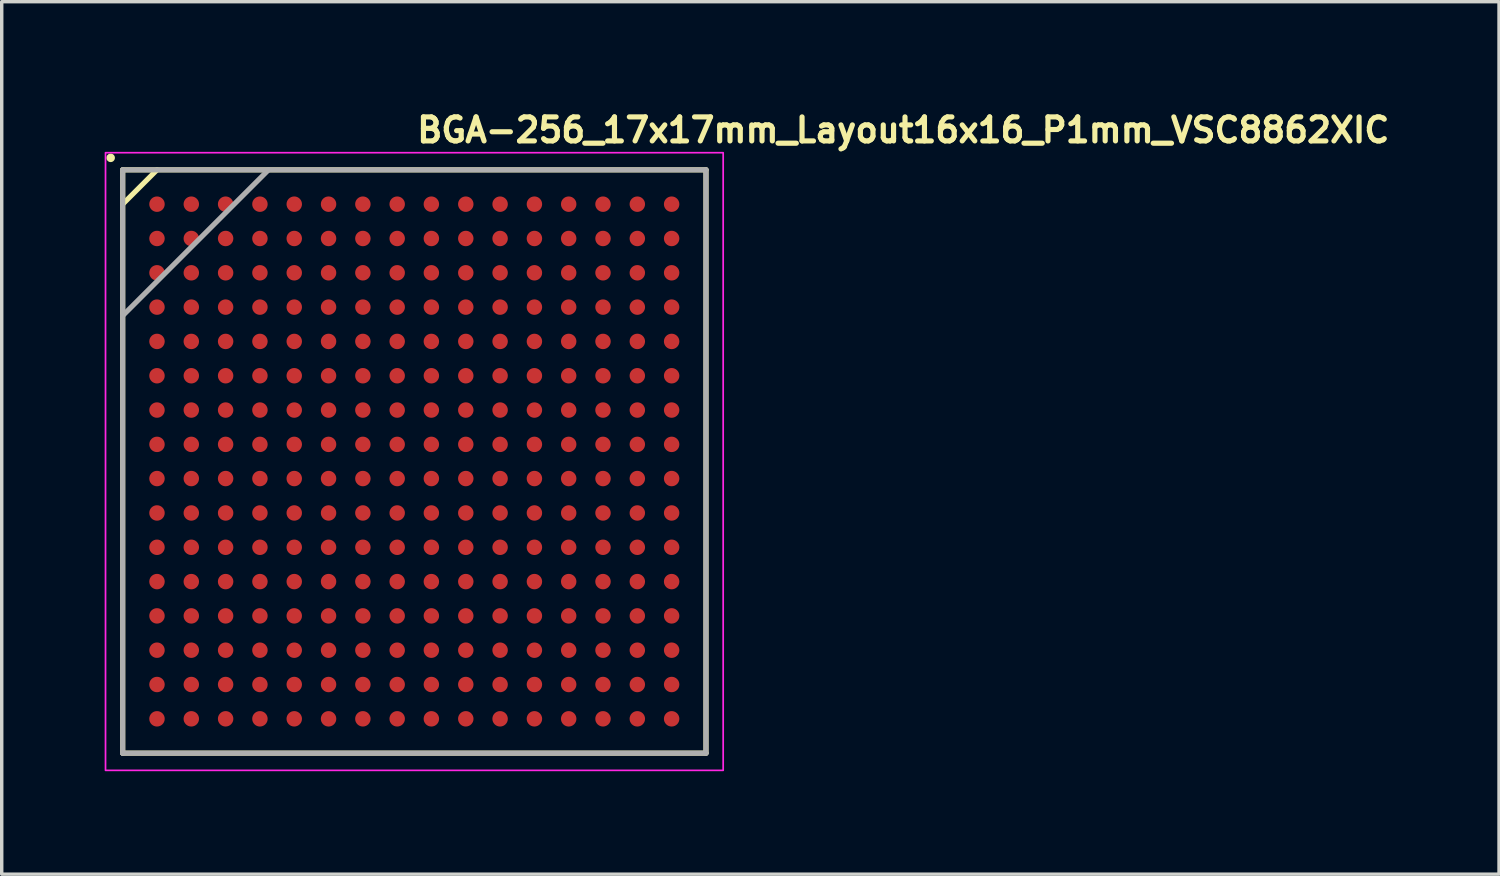
<source format=kicad_pcb>
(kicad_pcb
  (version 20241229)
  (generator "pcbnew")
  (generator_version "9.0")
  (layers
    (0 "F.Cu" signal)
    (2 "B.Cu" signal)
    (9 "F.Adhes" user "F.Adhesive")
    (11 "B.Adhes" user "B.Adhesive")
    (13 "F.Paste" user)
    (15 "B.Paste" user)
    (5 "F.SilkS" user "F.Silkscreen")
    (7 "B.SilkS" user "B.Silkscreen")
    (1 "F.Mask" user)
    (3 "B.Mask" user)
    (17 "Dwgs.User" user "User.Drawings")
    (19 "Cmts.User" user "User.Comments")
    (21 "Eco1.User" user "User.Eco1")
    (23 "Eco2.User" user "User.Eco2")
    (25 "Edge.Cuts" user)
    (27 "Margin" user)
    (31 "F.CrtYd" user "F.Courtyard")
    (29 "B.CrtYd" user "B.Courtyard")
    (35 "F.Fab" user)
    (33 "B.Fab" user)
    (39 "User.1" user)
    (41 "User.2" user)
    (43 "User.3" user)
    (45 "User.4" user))
  (footprint "BGA-256_17x17mm_Layout16x16_P1mm_VSC8862XIC"
    (layer "F.Cu")
    (at 9.025 10.4)
    (property "Reference" "BGA-256_17x17mm_Layout16x16_P1mm_VSC8862XIC" (at 0 -9.25 0) (layer "F.SilkS") (effects (font (size 0.7 0.7) (thickness 0.15)) (justify left bottom)))
    (attr smd)
    (fp_line (start -8.5 -8.5) (end 8.499 -8.5) (stroke (width 0.15) (type solid)) (layer "F.SilkS"))
    (fp_line (start -8.5 -7.5) (end -7.5 -8.5) (stroke (width 0.15) (type solid)) (layer "F.SilkS"))
    (fp_line (start -8.5 8.499) (end -8.5 -8.5) (stroke (width 0.15) (type solid)) (layer "F.SilkS"))
    (fp_line (start 8.499 -8.5) (end 8.499 8.499) (stroke (width 0.15) (type solid)) (layer "F.SilkS"))
    (fp_line (start 8.499 8.499) (end -8.5 8.499) (stroke (width 0.15) (type solid)) (layer "F.SilkS"))
    (fp_circle (center -8.85 -8.85) (end -8.801 -8.85) (stroke (width 0.15) (type solid)) (fill yes) (layer "F.SilkS"))
    (fp_rect (start -9 -9) (end 9 9) (stroke (width 0.05) (type solid)) (fill no) (layer "F.CrtYd"))
    (fp_line (start -8.5 -8.5) (end 8.499 -8.5) (stroke (width 0.15) (type solid)) (layer "F.Fab"))
    (fp_line (start -8.5 -4.25) (end -4.25 -8.5) (stroke (width 0.15) (type solid)) (layer "F.Fab"))
    (fp_line (start -8.5 8.499) (end -8.5 -8.5) (stroke (width 0.15) (type solid)) (layer "F.Fab"))
    (fp_line (start 8.499 -8.5) (end 8.499 8.499) (stroke (width 0.15) (type solid)) (layer "F.Fab"))
    (fp_line (start 8.499 8.499) (end -8.5 8.499) (stroke (width 0.15) (type solid)) (layer "F.Fab"))
    (fp_rect (start -8.5 -8.5) (end 8.499 8.499) (stroke (width 0.1) (type solid)) (fill no) (layer "User.5"))
    (fp_rect (start -8.5 -8.5) (end 8.499 8.499) (stroke (width 0.1) (type solid)) (fill no) (layer "User.5"))
    (fp_line (start -8.5 -8.5) (end 8.499 -8.5) (stroke (width 0.02) (type solid)) (layer "User.9"))
    (fp_line (start -8.5 8.499) (end -8.5 -8.5) (stroke (width 0.02) (type solid)) (layer "User.9"))
    (fp_line (start -8.5 8.499) (end 8.499 8.499) (stroke (width 0.02) (type solid)) (layer "User.9"))
    (fp_line (start -7.438 -6.43) (end -7.438 -6.375) (stroke (width 0.02) (type solid)) (layer "User.9"))
    (fp_line (start -7.438 -6.375) (end -7.438 -6.375) (stroke (width 0.02) (type solid)) (layer "User.9"))
    (fp_line (start -7.438 -6.375) (end -7.438 -6.321) (stroke (width 0.02) (type solid)) (layer "User.9"))
    (fp_line (start -7.438 -6.321) (end -7.433 -6.268) (stroke (width 0.02) (type solid)) (layer "User.9"))
    (fp_line (start -7.433 -6.484) (end -7.438 -6.43) (stroke (width 0.02) (type solid)) (layer "User.9"))
    (fp_line (start -7.433 -6.268) (end -7.428 -6.215) (stroke (width 0.02) (type solid)) (layer "User.9"))
    (fp_line (start -7.428 -6.537) (end -7.433 -6.484) (stroke (width 0.02) (type solid)) (layer "User.9"))
    (fp_line (start -7.428 -6.215) (end -7.417 -6.162) (stroke (width 0.02) (type solid)) (layer "User.9"))
    (fp_line (start -7.417 -6.59) (end -7.428 -6.537) (stroke (width 0.02) (type solid)) (layer "User.9"))
    (fp_line (start -7.417 -6.162) (end -7.407 -6.111) (stroke (width 0.02) (type solid)) (layer "User.9"))
    (fp_line (start -7.407 -6.641) (end -7.417 -6.59) (stroke (width 0.02) (type solid)) (layer "User.9"))
    (fp_line (start -7.407 -6.111) (end -7.391 -6.061) (stroke (width 0.02) (type solid)) (layer "User.9"))
    (fp_line (start -7.391 -6.691) (end -7.407 -6.641) (stroke (width 0.02) (type solid)) (layer "User.9"))
    (fp_line (start -7.391 -6.061) (end -7.375 -6.01) (stroke (width 0.02) (type solid)) (layer "User.9"))
    (fp_line (start -7.375 -6.742) (end -7.391 -6.691) (stroke (width 0.02) (type solid)) (layer "User.9"))
    (fp_line (start -7.375 -6.01) (end -7.356 -5.962) (stroke (width 0.02) (type solid)) (layer "User.9"))
    (fp_line (start -7.356 -6.789) (end -7.375 -6.742) (stroke (width 0.02) (type solid)) (layer "User.9"))
    (fp_line (start -7.356 -5.962) (end -7.335 -5.915) (stroke (width 0.02) (type solid)) (layer "User.9"))
    (fp_line (start -7.335 -6.837) (end -7.356 -6.789) (stroke (width 0.02) (type solid)) (layer "User.9"))
    (fp_line (start -7.335 -5.915) (end -7.311 -5.869) (stroke (width 0.02) (type solid)) (layer "User.9"))
    (fp_line (start -7.311 -6.883) (end -7.335 -6.837) (stroke (width 0.02) (type solid)) (layer "User.9"))
    (fp_line (start -7.311 -5.869) (end -7.284 -5.827) (stroke (width 0.02) (type solid)) (layer "User.9"))
    (fp_line (start -7.284 -6.928) (end -7.311 -6.883) (stroke (width 0.02) (type solid)) (layer "User.9"))
    (fp_line (start -7.284 -5.827) (end -7.258 -5.781) (stroke (width 0.02) (type solid)) (layer "User.9"))
    (fp_line (start -7.258 -6.97) (end -7.284 -6.928) (stroke (width 0.02) (type solid)) (layer "User.9"))
    (fp_line (start -7.258 -5.781) (end -7.228 -5.742) (stroke (width 0.02) (type solid)) (layer "User.9"))
    (fp_line (start -7.228 -7.011) (end -7.258 -6.97) (stroke (width 0.02) (type solid)) (layer "User.9"))
    (fp_line (start -7.228 -5.742) (end -7.196 -5.702) (stroke (width 0.02) (type solid)) (layer "User.9"))
    (fp_line (start -7.196 -7.053) (end -7.228 -7.011) (stroke (width 0.02) (type solid)) (layer "User.9"))
    (fp_line (start -7.196 -5.702) (end -7.162 -5.662) (stroke (width 0.02) (type solid)) (layer "User.9"))
    (fp_line (start -7.162 -7.09) (end -7.196 -7.053) (stroke (width 0.02) (type solid)) (layer "User.9"))
    (fp_line (start -7.162 -5.662) (end -7.127 -5.625) (stroke (width 0.02) (type solid)) (layer "User.9"))
    (fp_line (start -7.127 -7.127) (end -7.162 -7.09) (stroke (width 0.02) (type solid)) (layer "User.9"))
    (fp_line (start -7.127 -5.625) (end -7.09 -5.59) (stroke (width 0.02) (type solid)) (layer "User.9"))
    (fp_line (start -7.09 -7.162) (end -7.127 -7.127) (stroke (width 0.02) (type solid)) (layer "User.9"))
    (fp_line (start -7.09 -5.59) (end -7.053 -5.556) (stroke (width 0.02) (type solid)) (layer "User.9"))
    (fp_line (start -7.053 -7.196) (end -7.09 -7.162) (stroke (width 0.02) (type solid)) (layer "User.9"))
    (fp_line (start -7.053 -5.556) (end -7.011 -5.524) (stroke (width 0.02) (type solid)) (layer "User.9"))
    (fp_line (start -7.011 -7.228) (end -7.053 -7.196) (stroke (width 0.02) (type solid)) (layer "User.9"))
    (fp_line (start -7.011 -5.524) (end -6.97 -5.494) (stroke (width 0.02) (type solid)) (layer "User.9"))
    (fp_line (start -6.97 -7.258) (end -7.011 -7.228) (stroke (width 0.02) (type solid)) (layer "User.9"))
    (fp_line (start -6.97 -5.494) (end -6.928 -5.468) (stroke (width 0.02) (type solid)) (layer "User.9"))
    (fp_line (start -6.928 -7.284) (end -6.97 -7.258) (stroke (width 0.02) (type solid)) (layer "User.9"))
    (fp_line (start -6.928 -5.468) (end -6.883 -5.441) (stroke (width 0.02) (type solid)) (layer "User.9"))
    (fp_line (start -6.883 -7.311) (end -6.928 -7.284) (stroke (width 0.02) (type solid)) (layer "User.9"))
    (fp_line (start -6.883 -5.441) (end -6.837 -5.42) (stroke (width 0.02) (type solid)) (layer "User.9"))
    (fp_line (start -6.837 -7.335) (end -6.883 -7.311) (stroke (width 0.02) (type solid)) (layer "User.9"))
    (fp_line (start -6.837 -5.42) (end -6.789 -5.396) (stroke (width 0.02) (type solid)) (layer "User.9"))
    (fp_line (start -6.789 -7.356) (end -6.837 -7.335) (stroke (width 0.02) (type solid)) (layer "User.9"))
    (fp_line (start -6.789 -5.396) (end -6.742 -5.377) (stroke (width 0.02) (type solid)) (layer "User.9"))
    (fp_line (start -6.742 -7.375) (end -6.789 -7.356) (stroke (width 0.02) (type solid)) (layer "User.9"))
    (fp_line (start -6.742 -5.377) (end -6.691 -5.361) (stroke (width 0.02) (type solid)) (layer "User.9"))
    (fp_line (start -6.691 -7.391) (end -6.742 -7.375) (stroke (width 0.02) (type solid)) (layer "User.9"))
    (fp_line (start -6.691 -5.361) (end -6.641 -5.346) (stroke (width 0.02) (type solid)) (layer "User.9"))
    (fp_line (start -6.641 -7.407) (end -6.691 -7.391) (stroke (width 0.02) (type solid)) (layer "User.9"))
    (fp_line (start -6.641 -5.346) (end -6.59 -5.335) (stroke (width 0.02) (type solid)) (layer "User.9"))
    (fp_line (start -6.59 -7.417) (end -6.641 -7.407) (stroke (width 0.02) (type solid)) (layer "User.9"))
    (fp_line (start -6.59 -5.335) (end -6.537 -5.327) (stroke (width 0.02) (type solid)) (layer "User.9"))
    (fp_line (start -6.537 -7.428) (end -6.59 -7.417) (stroke (width 0.02) (type solid)) (layer "User.9"))
    (fp_line (start -6.537 -5.327) (end -6.484 -5.319) (stroke (width 0.02) (type solid)) (layer "User.9"))
    (fp_line (start -6.484 -7.433) (end -6.537 -7.428) (stroke (width 0.02) (type solid)) (layer "User.9"))
    (fp_line (start -6.484 -5.319) (end -6.43 -5.314) (stroke (width 0.02) (type solid)) (layer "User.9"))
    (fp_line (start -6.43 -7.438) (end -6.484 -7.433) (stroke (width 0.02) (type solid)) (layer "User.9"))
    (fp_line (start -6.43 -5.314) (end -6.375 -5.313) (stroke (width 0.02) (type solid)) (layer "User.9"))
    (fp_line (start -6.375 -7.438) (end -6.43 -7.438) (stroke (width 0.02) (type solid)) (layer "User.9"))
    (fp_line (start -6.375 -7.438) (end -6.375 -7.438) (stroke (width 0.02) (type solid)) (layer "User.9"))
    (fp_line (start -6.375 -5.313) (end -6.375 -5.313) (stroke (width 0.02) (type solid)) (layer "User.9"))
    (fp_line (start -6.375 -5.313) (end -6.321 -5.314) (stroke (width 0.02) (type solid)) (layer "User.9"))
    (fp_line (start -6.321 -7.438) (end -6.375 -7.438) (stroke (width 0.02) (type solid)) (layer "User.9"))
    (fp_line (start -6.321 -5.314) (end -6.268 -5.319) (stroke (width 0.02) (type solid)) (layer "User.9"))
    (fp_line (start -6.268 -7.433) (end -6.321 -7.438) (stroke (width 0.02) (type solid)) (layer "User.9"))
    (fp_line (start -6.268 -5.319) (end -6.215 -5.327) (stroke (width 0.02) (type solid)) (layer "User.9"))
    (fp_line (start -6.215 -7.428) (end -6.268 -7.433) (stroke (width 0.02) (type solid)) (layer "User.9"))
    (fp_line (start -6.215 -5.327) (end -6.162 -5.335) (stroke (width 0.02) (type solid)) (layer "User.9"))
    (fp_line (start -6.162 -7.417) (end -6.215 -7.428) (stroke (width 0.02) (type solid)) (layer "User.9"))
    (fp_line (start -6.162 -5.335) (end -6.111 -5.346) (stroke (width 0.02) (type solid)) (layer "User.9"))
    (fp_line (start -6.111 -7.407) (end -6.162 -7.417) (stroke (width 0.02) (type solid)) (layer "User.9"))
    (fp_line (start -6.111 -5.346) (end -6.061 -5.361) (stroke (width 0.02) (type solid)) (layer "User.9"))
    (fp_line (start -6.061 -7.391) (end -6.111 -7.407) (stroke (width 0.02) (type solid)) (layer "User.9"))
    (fp_line (start -6.061 -5.361) (end -6.01 -5.377) (stroke (width 0.02) (type solid)) (layer "User.9"))
    (fp_line (start -6.01 -7.375) (end -6.061 -7.391) (stroke (width 0.02) (type solid)) (layer "User.9"))
    (fp_line (start -6.01 -5.377) (end -5.962 -5.396) (stroke (width 0.02) (type solid)) (layer "User.9"))
    (fp_line (start -5.962 -7.356) (end -6.01 -7.375) (stroke (width 0.02) (type solid)) (layer "User.9"))
    (fp_line (start -5.962 -5.396) (end -5.915 -5.42) (stroke (width 0.02) (type solid)) (layer "User.9"))
    (fp_line (start -5.915 -7.335) (end -5.962 -7.356) (stroke (width 0.02) (type solid)) (layer "User.9"))
    (fp_line (start -5.915 -5.42) (end -5.869 -5.441) (stroke (width 0.02) (type solid)) (layer "User.9"))
    (fp_line (start -5.869 -7.311) (end -5.915 -7.335) (stroke (width 0.02) (type solid)) (layer "User.9"))
    (fp_line (start -5.869 -5.441) (end -5.827 -5.468) (stroke (width 0.02) (type solid)) (layer "User.9"))
    (fp_line (start -5.827 -7.284) (end -5.869 -7.311) (stroke (width 0.02) (type solid)) (layer "User.9"))
    (fp_line (start -5.827 -5.468) (end -5.781 -5.494) (stroke (width 0.02) (type solid)) (layer "User.9"))
    (fp_line (start -5.781 -7.258) (end -5.827 -7.284) (stroke (width 0.02) (type solid)) (layer "User.9"))
    (fp_line (start -5.781 -5.494) (end -5.742 -5.524) (stroke (width 0.02) (type solid)) (layer "User.9"))
    (fp_line (start -5.742 -7.228) (end -5.781 -7.258) (stroke (width 0.02) (type solid)) (layer "User.9"))
    (fp_line (start -5.742 -5.524) (end -5.702 -5.556) (stroke (width 0.02) (type solid)) (layer "User.9"))
    (fp_line (start -5.702 -7.196) (end -5.742 -7.228) (stroke (width 0.02) (type solid)) (layer "User.9"))
    (fp_line (start -5.702 -5.556) (end -5.662 -5.59) (stroke (width 0.02) (type solid)) (layer "User.9"))
    (fp_line (start -5.662 -7.162) (end -5.702 -7.196) (stroke (width 0.02) (type solid)) (layer "User.9"))
    (fp_line (start -5.662 -5.59) (end -5.625 -5.625) (stroke (width 0.02) (type solid)) (layer "User.9"))
    (fp_line (start -5.625 -7.127) (end -5.662 -7.162) (stroke (width 0.02) (type solid)) (layer "User.9"))
    (fp_line (start -5.625 -5.625) (end -5.59 -5.662) (stroke (width 0.02) (type solid)) (layer "User.9"))
    (fp_line (start -5.59 -7.09) (end -5.625 -7.127) (stroke (width 0.02) (type solid)) (layer "User.9"))
    (fp_line (start -5.59 -5.662) (end -5.556 -5.702) (stroke (width 0.02) (type solid)) (layer "User.9"))
    (fp_line (start -5.556 -7.053) (end -5.59 -7.09) (stroke (width 0.02) (type solid)) (layer "User.9"))
    (fp_line (start -5.556 -5.702) (end -5.524 -5.742) (stroke (width 0.02) (type solid)) (layer "User.9"))
    (fp_line (start -5.524 -7.011) (end -5.556 -7.053) (stroke (width 0.02) (type solid)) (layer "User.9"))
    (fp_line (start -5.524 -5.742) (end -5.494 -5.781) (stroke (width 0.02) (type solid)) (layer "User.9"))
    (fp_line (start -5.494 -6.97) (end -5.524 -7.011) (stroke (width 0.02) (type solid)) (layer "User.9"))
    (fp_line (start -5.494 -5.781) (end -5.468 -5.827) (stroke (width 0.02) (type solid)) (layer "User.9"))
    (fp_line (start -5.468 -6.928) (end -5.494 -6.97) (stroke (width 0.02) (type solid)) (layer "User.9"))
    (fp_line (start -5.468 -5.827) (end -5.441 -5.869) (stroke (width 0.02) (type solid)) (layer "User.9"))
    (fp_line (start -5.441 -6.883) (end -5.468 -6.928) (stroke (width 0.02) (type solid)) (layer "User.9"))
    (fp_line (start -5.441 -5.869) (end -5.42 -5.915) (stroke (width 0.02) (type solid)) (layer "User.9"))
    (fp_line (start -5.42 -6.837) (end -5.441 -6.883) (stroke (width 0.02) (type solid)) (layer "User.9"))
    (fp_line (start -5.42 -5.915) (end -5.396 -5.962) (stroke (width 0.02) (type solid)) (layer "User.9"))
    (fp_line (start -5.396 -6.789) (end -5.42 -6.837) (stroke (width 0.02) (type solid)) (layer "User.9"))
    (fp_line (start -5.396 -5.962) (end -5.377 -6.01) (stroke (width 0.02) (type solid)) (layer "User.9"))
    (fp_line (start -5.377 -6.742) (end -5.396 -6.789) (stroke (width 0.02) (type solid)) (layer "User.9"))
    (fp_line (start -5.377 -6.01) (end -5.361 -6.061) (stroke (width 0.02) (type solid)) (layer "User.9"))
    (fp_line (start -5.361 -6.691) (end -5.377 -6.742) (stroke (width 0.02) (type solid)) (layer "User.9"))
    (fp_line (start -5.361 -6.061) (end -5.346 -6.111) (stroke (width 0.02) (type solid)) (layer "User.9"))
    (fp_line (start -5.346 -6.641) (end -5.361 -6.691) (stroke (width 0.02) (type solid)) (layer "User.9"))
    (fp_line (start -5.346 -6.111) (end -5.335 -6.162) (stroke (width 0.02) (type solid)) (layer "User.9"))
    (fp_line (start -5.335 -6.59) (end -5.346 -6.641) (stroke (width 0.02) (type solid)) (layer "User.9"))
    (fp_line (start -5.335 -6.162) (end -5.327 -6.215) (stroke (width 0.02) (type solid)) (layer "User.9"))
    (fp_line (start -5.327 -6.537) (end -5.335 -6.59) (stroke (width 0.02) (type solid)) (layer "User.9"))
    (fp_line (start -5.327 -6.215) (end -5.319 -6.268) (stroke (width 0.02) (type solid)) (layer "User.9"))
    (fp_line (start -5.319 -6.484) (end -5.327 -6.537) (stroke (width 0.02) (type solid)) (layer "User.9"))
    (fp_line (start -5.319 -6.268) (end -5.314 -6.321) (stroke (width 0.02) (type solid)) (layer "User.9"))
    (fp_line (start -5.314 -6.43) (end -5.319 -6.484) (stroke (width 0.02) (type solid)) (layer "User.9"))
    (fp_line (start -5.314 -6.321) (end -5.313 -6.375) (stroke (width 0.02) (type solid)) (layer "User.9"))
    (fp_line (start -5.313 -6.375) (end -5.314 -6.43) (stroke (width 0.02) (type solid)) (layer "User.9"))
    (fp_line (start -5.313 -6.375) (end -5.313 -6.375) (stroke (width 0.02) (type solid)) (layer "User.9"))
    (fp_line (start -5.313 -6.375) (end -5.313 -6.375) (stroke (width 0.02) (type solid)) (layer "User.9"))
    (fp_line (start 8.499 8.499) (end 8.499 -8.5) (stroke (width 0.02) (type solid)) (layer "User.9"))
    (pad "A1" smd circle (at -7.5 -7.5 90) (size 0.45 0.45) (layers "F.Cu" "F.Mask" "F.Paste"))
    (pad "A2" smd circle (at -6.5 -7.5 90) (size 0.45 0.45) (layers "F.Cu" "F.Mask" "F.Paste"))
    (pad "A3" smd circle (at -5.5 -7.5 90) (size 0.45 0.45) (layers "F.Cu" "F.Mask" "F.Paste"))
    (pad "A4" smd circle (at -4.5 -7.5 90) (size 0.45 0.45) (layers "F.Cu" "F.Mask" "F.Paste"))
    (pad "A5" smd circle (at -3.5 -7.5 90) (size 0.45 0.45) (layers "F.Cu" "F.Mask" "F.Paste"))
    (pad "A6" smd circle (at -2.5 -7.5 90) (size 0.45 0.45) (layers "F.Cu" "F.Mask" "F.Paste"))
    (pad "A7" smd circle (at -1.5 -7.5 90) (size 0.45 0.45) (layers "F.Cu" "F.Mask" "F.Paste"))
    (pad "A8" smd circle (at -0.5 -7.5 90) (size 0.45 0.45) (layers "F.Cu" "F.Mask" "F.Paste"))
    (pad "A9" smd circle (at 0.496 -7.5 90) (size 0.45 0.45) (layers "F.Cu" "F.Mask" "F.Paste"))
    (pad "A10" smd circle (at 1.499 -7.5 90) (size 0.45 0.45) (layers "F.Cu" "F.Mask" "F.Paste"))
    (pad "A11" smd circle (at 2.499 -7.5 90) (size 0.45 0.45) (layers "F.Cu" "F.Mask" "F.Paste"))
    (pad "A12" smd circle (at 3.499 -7.5 90) (size 0.45 0.45) (layers "F.Cu" "F.Mask" "F.Paste"))
    (pad "A13" smd circle (at 4.498 -7.5 90) (size 0.45 0.45) (layers "F.Cu" "F.Mask" "F.Paste"))
    (pad "A14" smd circle (at 5.498 -7.5 90) (size 0.45 0.45) (layers "F.Cu" "F.Mask" "F.Paste"))
    (pad "A15" smd circle (at 6.498 -7.5 90) (size 0.45 0.45) (layers "F.Cu" "F.Mask" "F.Paste"))
    (pad "A16" smd circle (at 7.498 -7.5 90) (size 0.45 0.45) (layers "F.Cu" "F.Mask" "F.Paste"))
    (pad "B1" smd circle (at -7.5 -6.5 90) (size 0.45 0.45) (layers "F.Cu" "F.Mask" "F.Paste"))
    (pad "B2" smd circle (at -6.5 -6.5 90) (size 0.45 0.45) (layers "F.Cu" "F.Mask" "F.Paste"))
    (pad "B3" smd circle (at -5.5 -6.5 90) (size 0.45 0.45) (layers "F.Cu" "F.Mask" "F.Paste"))
    (pad "B4" smd circle (at -4.5 -6.5 90) (size 0.45 0.45) (layers "F.Cu" "F.Mask" "F.Paste"))
    (pad "B5" smd circle (at -3.5 -6.5 90) (size 0.45 0.45) (layers "F.Cu" "F.Mask" "F.Paste"))
    (pad "B6" smd circle (at -2.5 -6.5 90) (size 0.45 0.45) (layers "F.Cu" "F.Mask" "F.Paste"))
    (pad "B7" smd circle (at -1.5 -6.5 90) (size 0.45 0.45) (layers "F.Cu" "F.Mask" "F.Paste"))
    (pad "B8" smd circle (at -0.5 -6.5 90) (size 0.45 0.45) (layers "F.Cu" "F.Mask" "F.Paste"))
    (pad "B9" smd circle (at 0.496 -6.5 90) (size 0.45 0.45) (layers "F.Cu" "F.Mask" "F.Paste"))
    (pad "B10" smd circle (at 1.499 -6.5 90) (size 0.45 0.45) (layers "F.Cu" "F.Mask" "F.Paste"))
    (pad "B11" smd circle (at 2.499 -6.5 90) (size 0.45 0.45) (layers "F.Cu" "F.Mask" "F.Paste"))
    (pad "B12" smd circle (at 3.499 -6.5 90) (size 0.45 0.45) (layers "F.Cu" "F.Mask" "F.Paste"))
    (pad "B13" smd circle (at 4.498 -6.5 90) (size 0.45 0.45) (layers "F.Cu" "F.Mask" "F.Paste"))
    (pad "B14" smd circle (at 5.498 -6.5 90) (size 0.45 0.45) (layers "F.Cu" "F.Mask" "F.Paste"))
    (pad "B15" smd circle (at 6.498 -6.5 90) (size 0.45 0.45) (layers "F.Cu" "F.Mask" "F.Paste"))
    (pad "B16" smd circle (at 7.498 -6.5 90) (size 0.45 0.45) (layers "F.Cu" "F.Mask" "F.Paste"))
    (pad "C1" smd circle (at -7.5 -5.5 90) (size 0.45 0.45) (layers "F.Cu" "F.Mask" "F.Paste"))
    (pad "C2" smd circle (at -6.5 -5.5 90) (size 0.45 0.45) (layers "F.Cu" "F.Mask" "F.Paste"))
    (pad "C3" smd circle (at -5.5 -5.5 90) (size 0.45 0.45) (layers "F.Cu" "F.Mask" "F.Paste"))
    (pad "C4" smd circle (at -4.5 -5.5 90) (size 0.45 0.45) (layers "F.Cu" "F.Mask" "F.Paste"))
    (pad "C5" smd circle (at -3.5 -5.5 90) (size 0.45 0.45) (layers "F.Cu" "F.Mask" "F.Paste"))
    (pad "C6" smd circle (at -2.5 -5.5 90) (size 0.45 0.45) (layers "F.Cu" "F.Mask" "F.Paste"))
    (pad "C7" smd circle (at -1.5 -5.5 90) (size 0.45 0.45) (layers "F.Cu" "F.Mask" "F.Paste"))
    (pad "C8" smd circle (at -0.5 -5.5 90) (size 0.45 0.45) (layers "F.Cu" "F.Mask" "F.Paste"))
    (pad "C9" smd circle (at 0.496 -5.5 90) (size 0.45 0.45) (layers "F.Cu" "F.Mask" "F.Paste"))
    (pad "C10" smd circle (at 1.499 -5.5 90) (size 0.45 0.45) (layers "F.Cu" "F.Mask" "F.Paste"))
    (pad "C11" smd circle (at 2.499 -5.5 90) (size 0.45 0.45) (layers "F.Cu" "F.Mask" "F.Paste"))
    (pad "C12" smd circle (at 3.499 -5.5 90) (size 0.45 0.45) (layers "F.Cu" "F.Mask" "F.Paste"))
    (pad "C13" smd circle (at 4.498 -5.5 90) (size 0.45 0.45) (layers "F.Cu" "F.Mask" "F.Paste"))
    (pad "C14" smd circle (at 5.498 -5.5 90) (size 0.45 0.45) (layers "F.Cu" "F.Mask" "F.Paste"))
    (pad "C15" smd circle (at 6.498 -5.5 90) (size 0.45 0.45) (layers "F.Cu" "F.Mask" "F.Paste"))
    (pad "C16" smd circle (at 7.498 -5.5 90) (size 0.45 0.45) (layers "F.Cu" "F.Mask" "F.Paste"))
    (pad "D1" smd circle (at -7.5 -4.5 90) (size 0.45 0.45) (layers "F.Cu" "F.Mask" "F.Paste"))
    (pad "D2" smd circle (at -6.5 -4.5 90) (size 0.45 0.45) (layers "F.Cu" "F.Mask" "F.Paste"))
    (pad "D3" smd circle (at -5.5 -4.5 90) (size 0.45 0.45) (layers "F.Cu" "F.Mask" "F.Paste"))
    (pad "D4" smd circle (at -4.5 -4.5 90) (size 0.45 0.45) (layers "F.Cu" "F.Mask" "F.Paste"))
    (pad "D5" smd circle (at -3.5 -4.5 90) (size 0.45 0.45) (layers "F.Cu" "F.Mask" "F.Paste"))
    (pad "D6" smd circle (at -2.5 -4.5 90) (size 0.45 0.45) (layers "F.Cu" "F.Mask" "F.Paste"))
    (pad "D7" smd circle (at -1.5 -4.5 90) (size 0.45 0.45) (layers "F.Cu" "F.Mask" "F.Paste"))
    (pad "D8" smd circle (at -0.5 -4.5 90) (size 0.45 0.45) (layers "F.Cu" "F.Mask" "F.Paste"))
    (pad "D9" smd circle (at 0.496 -4.5 90) (size 0.45 0.45) (layers "F.Cu" "F.Mask" "F.Paste"))
    (pad "D10" smd circle (at 1.499 -4.5 90) (size 0.45 0.45) (layers "F.Cu" "F.Mask" "F.Paste"))
    (pad "D11" smd circle (at 2.499 -4.5 90) (size 0.45 0.45) (layers "F.Cu" "F.Mask" "F.Paste"))
    (pad "D12" smd circle (at 3.499 -4.5 90) (size 0.45 0.45) (layers "F.Cu" "F.Mask" "F.Paste"))
    (pad "D13" smd circle (at 4.498 -4.5 90) (size 0.45 0.45) (layers "F.Cu" "F.Mask" "F.Paste"))
    (pad "D14" smd circle (at 5.498 -4.5 90) (size 0.45 0.45) (layers "F.Cu" "F.Mask" "F.Paste"))
    (pad "D15" smd circle (at 6.498 -4.5 90) (size 0.45 0.45) (layers "F.Cu" "F.Mask" "F.Paste"))
    (pad "D16" smd circle (at 7.498 -4.5 90) (size 0.45 0.45) (layers "F.Cu" "F.Mask" "F.Paste"))
    (pad "E1" smd circle (at -7.5 -3.5 90) (size 0.45 0.45) (layers "F.Cu" "F.Mask" "F.Paste"))
    (pad "E2" smd circle (at -6.5 -3.5 90) (size 0.45 0.45) (layers "F.Cu" "F.Mask" "F.Paste"))
    (pad "E3" smd circle (at -5.5 -3.5 90) (size 0.45 0.45) (layers "F.Cu" "F.Mask" "F.Paste"))
    (pad "E4" smd circle (at -4.5 -3.5 90) (size 0.45 0.45) (layers "F.Cu" "F.Mask" "F.Paste"))
    (pad "E5" smd circle (at -3.5 -3.5 90) (size 0.45 0.45) (layers "F.Cu" "F.Mask" "F.Paste"))
    (pad "E6" smd circle (at -2.5 -3.5 90) (size 0.45 0.45) (layers "F.Cu" "F.Mask" "F.Paste"))
    (pad "E7" smd circle (at -1.5 -3.5 90) (size 0.45 0.45) (layers "F.Cu" "F.Mask" "F.Paste"))
    (pad "E8" smd circle (at -0.5 -3.5 90) (size 0.45 0.45) (layers "F.Cu" "F.Mask" "F.Paste"))
    (pad "E9" smd circle (at 0.496 -3.5 90) (size 0.45 0.45) (layers "F.Cu" "F.Mask" "F.Paste"))
    (pad "E10" smd circle (at 1.499 -3.5 90) (size 0.45 0.45) (layers "F.Cu" "F.Mask" "F.Paste"))
    (pad "E11" smd circle (at 2.499 -3.5 90) (size 0.45 0.45) (layers "F.Cu" "F.Mask" "F.Paste"))
    (pad "E12" smd circle (at 3.499 -3.5 90) (size 0.45 0.45) (layers "F.Cu" "F.Mask" "F.Paste"))
    (pad "E13" smd circle (at 4.498 -3.5 90) (size 0.45 0.45) (layers "F.Cu" "F.Mask" "F.Paste"))
    (pad "E14" smd circle (at 5.498 -3.5 90) (size 0.45 0.45) (layers "F.Cu" "F.Mask" "F.Paste"))
    (pad "E15" smd circle (at 6.498 -3.5 90) (size 0.45 0.45) (layers "F.Cu" "F.Mask" "F.Paste"))
    (pad "E16" smd circle (at 7.498 -3.5 90) (size 0.45 0.45) (layers "F.Cu" "F.Mask" "F.Paste"))
    (pad "F1" smd circle (at -7.5 -2.5 90) (size 0.45 0.45) (layers "F.Cu" "F.Mask" "F.Paste"))
    (pad "F2" smd circle (at -6.5 -2.5 90) (size 0.45 0.45) (layers "F.Cu" "F.Mask" "F.Paste"))
    (pad "F3" smd circle (at -5.5 -2.5 90) (size 0.45 0.45) (layers "F.Cu" "F.Mask" "F.Paste"))
    (pad "F4" smd circle (at -4.5 -2.5 90) (size 0.45 0.45) (layers "F.Cu" "F.Mask" "F.Paste"))
    (pad "F5" smd circle (at -3.5 -2.5 90) (size 0.45 0.45) (layers "F.Cu" "F.Mask" "F.Paste"))
    (pad "F6" smd circle (at -2.5 -2.5 90) (size 0.45 0.45) (layers "F.Cu" "F.Mask" "F.Paste"))
    (pad "F7" smd circle (at -1.5 -2.5 90) (size 0.45 0.45) (layers "F.Cu" "F.Mask" "F.Paste"))
    (pad "F8" smd circle (at -0.5 -2.5 90) (size 0.45 0.45) (layers "F.Cu" "F.Mask" "F.Paste"))
    (pad "F9" smd circle (at 0.496 -2.5 90) (size 0.45 0.45) (layers "F.Cu" "F.Mask" "F.Paste"))
    (pad "F10" smd circle (at 1.499 -2.5 90) (size 0.45 0.45) (layers "F.Cu" "F.Mask" "F.Paste"))
    (pad "F11" smd circle (at 2.499 -2.5 90) (size 0.45 0.45) (layers "F.Cu" "F.Mask" "F.Paste"))
    (pad "F12" smd circle (at 3.499 -2.5 90) (size 0.45 0.45) (layers "F.Cu" "F.Mask" "F.Paste"))
    (pad "F13" smd circle (at 4.498 -2.5 90) (size 0.45 0.45) (layers "F.Cu" "F.Mask" "F.Paste"))
    (pad "F14" smd circle (at 5.498 -2.5 90) (size 0.45 0.45) (layers "F.Cu" "F.Mask" "F.Paste"))
    (pad "F15" smd circle (at 6.498 -2.5 90) (size 0.45 0.45) (layers "F.Cu" "F.Mask" "F.Paste"))
    (pad "F16" smd circle (at 7.498 -2.5 90) (size 0.45 0.45) (layers "F.Cu" "F.Mask" "F.Paste"))
    (pad "G1" smd circle (at -7.5 -1.5 90) (size 0.45 0.45) (layers "F.Cu" "F.Mask" "F.Paste"))
    (pad "G2" smd circle (at -6.5 -1.5 90) (size 0.45 0.45) (layers "F.Cu" "F.Mask" "F.Paste"))
    (pad "G3" smd circle (at -5.5 -1.5 90) (size 0.45 0.45) (layers "F.Cu" "F.Mask" "F.Paste"))
    (pad "G4" smd circle (at -4.5 -1.5 90) (size 0.45 0.45) (layers "F.Cu" "F.Mask" "F.Paste"))
    (pad "G5" smd circle (at -3.5 -1.5 90) (size 0.45 0.45) (layers "F.Cu" "F.Mask" "F.Paste"))
    (pad "G6" smd circle (at -2.5 -1.5 90) (size 0.45 0.45) (layers "F.Cu" "F.Mask" "F.Paste"))
    (pad "G7" smd circle (at -1.5 -1.5 90) (size 0.45 0.45) (layers "F.Cu" "F.Mask" "F.Paste"))
    (pad "G8" smd circle (at -0.5 -1.5 90) (size 0.45 0.45) (layers "F.Cu" "F.Mask" "F.Paste"))
    (pad "G9" smd circle (at 0.496 -1.5 90) (size 0.45 0.45) (layers "F.Cu" "F.Mask" "F.Paste"))
    (pad "G10" smd circle (at 1.499 -1.5 90) (size 0.45 0.45) (layers "F.Cu" "F.Mask" "F.Paste"))
    (pad "G11" smd circle (at 2.499 -1.5 90) (size 0.45 0.45) (layers "F.Cu" "F.Mask" "F.Paste"))
    (pad "G12" smd circle (at 3.499 -1.5 90) (size 0.45 0.45) (layers "F.Cu" "F.Mask" "F.Paste"))
    (pad "G13" smd circle (at 4.498 -1.5 90) (size 0.45 0.45) (layers "F.Cu" "F.Mask" "F.Paste"))
    (pad "G14" smd circle (at 5.498 -1.5 90) (size 0.45 0.45) (layers "F.Cu" "F.Mask" "F.Paste"))
    (pad "G15" smd circle (at 6.498 -1.5 90) (size 0.45 0.45) (layers "F.Cu" "F.Mask" "F.Paste"))
    (pad "G16" smd circle (at 7.498 -1.5 90) (size 0.45 0.45) (layers "F.Cu" "F.Mask" "F.Paste"))
    (pad "H1" smd circle (at -7.5 -0.5 90) (size 0.45 0.45) (layers "F.Cu" "F.Mask" "F.Paste"))
    (pad "H2" smd circle (at -6.5 -0.5 90) (size 0.45 0.45) (layers "F.Cu" "F.Mask" "F.Paste"))
    (pad "H3" smd circle (at -5.5 -0.5 90) (size 0.45 0.45) (layers "F.Cu" "F.Mask" "F.Paste"))
    (pad "H4" smd circle (at -4.5 -0.5 90) (size 0.45 0.45) (layers "F.Cu" "F.Mask" "F.Paste"))
    (pad "H5" smd circle (at -3.5 -0.5 90) (size 0.45 0.45) (layers "F.Cu" "F.Mask" "F.Paste"))
    (pad "H6" smd circle (at -2.5 -0.5 90) (size 0.45 0.45) (layers "F.Cu" "F.Mask" "F.Paste"))
    (pad "H7" smd circle (at -1.5 -0.5 90) (size 0.45 0.45) (layers "F.Cu" "F.Mask" "F.Paste"))
    (pad "H8" smd circle (at -0.5 -0.5 90) (size 0.45 0.45) (layers "F.Cu" "F.Mask" "F.Paste"))
    (pad "H9" smd circle (at 0.496 -0.5 90) (size 0.45 0.45) (layers "F.Cu" "F.Mask" "F.Paste"))
    (pad "H10" smd circle (at 1.499 -0.5 90) (size 0.45 0.45) (layers "F.Cu" "F.Mask" "F.Paste"))
    (pad "H11" smd circle (at 2.499 -0.5 90) (size 0.45 0.45) (layers "F.Cu" "F.Mask" "F.Paste"))
    (pad "H12" smd circle (at 3.499 -0.5 90) (size 0.45 0.45) (layers "F.Cu" "F.Mask" "F.Paste"))
    (pad "H13" smd circle (at 4.498 -0.5 90) (size 0.45 0.45) (layers "F.Cu" "F.Mask" "F.Paste"))
    (pad "H14" smd circle (at 5.498 -0.5 90) (size 0.45 0.45) (layers "F.Cu" "F.Mask" "F.Paste"))
    (pad "H15" smd circle (at 6.498 -0.5 90) (size 0.45 0.45) (layers "F.Cu" "F.Mask" "F.Paste"))
    (pad "H16" smd circle (at 7.498 -0.5 90) (size 0.45 0.45) (layers "F.Cu" "F.Mask" "F.Paste"))
    (pad "J1" smd circle (at -7.5 0.496 90) (size 0.45 0.45) (layers "F.Cu" "F.Mask" "F.Paste"))
    (pad "J2" smd circle (at -6.5 0.496 90) (size 0.45 0.45) (layers "F.Cu" "F.Mask" "F.Paste"))
    (pad "J3" smd circle (at -5.5 0.496 90) (size 0.45 0.45) (layers "F.Cu" "F.Mask" "F.Paste"))
    (pad "J4" smd circle (at -4.5 0.496 90) (size 0.45 0.45) (layers "F.Cu" "F.Mask" "F.Paste"))
    (pad "J5" smd circle (at -3.5 0.496 90) (size 0.45 0.45) (layers "F.Cu" "F.Mask" "F.Paste"))
    (pad "J6" smd circle (at -2.5 0.496 90) (size 0.45 0.45) (layers "F.Cu" "F.Mask" "F.Paste"))
    (pad "J7" smd circle (at -1.5 0.496 90) (size 0.45 0.45) (layers "F.Cu" "F.Mask" "F.Paste"))
    (pad "J8" smd circle (at -0.5 0.496 90) (size 0.45 0.45) (layers "F.Cu" "F.Mask" "F.Paste"))
    (pad "J9" smd circle (at 0.496 0.496 90) (size 0.45 0.45) (layers "F.Cu" "F.Mask" "F.Paste"))
    (pad "J10" smd circle (at 1.499 0.496 90) (size 0.45 0.45) (layers "F.Cu" "F.Mask" "F.Paste"))
    (pad "J11" smd circle (at 2.499 0.496 90) (size 0.45 0.45) (layers "F.Cu" "F.Mask" "F.Paste"))
    (pad "J12" smd circle (at 3.499 0.496 90) (size 0.45 0.45) (layers "F.Cu" "F.Mask" "F.Paste"))
    (pad "J13" smd circle (at 4.498 0.496 90) (size 0.45 0.45) (layers "F.Cu" "F.Mask" "F.Paste"))
    (pad "J14" smd circle (at 5.498 0.496 90) (size 0.45 0.45) (layers "F.Cu" "F.Mask" "F.Paste"))
    (pad "J15" smd circle (at 6.498 0.496 90) (size 0.45 0.45) (layers "F.Cu" "F.Mask" "F.Paste"))
    (pad "J16" smd circle (at 7.498 0.496 90) (size 0.45 0.45) (layers "F.Cu" "F.Mask" "F.Paste"))
    (pad "K1" smd circle (at -7.5 1.499 90) (size 0.45 0.45) (layers "F.Cu" "F.Mask" "F.Paste"))
    (pad "K2" smd circle (at -6.5 1.499 90) (size 0.45 0.45) (layers "F.Cu" "F.Mask" "F.Paste"))
    (pad "K3" smd circle (at -5.5 1.499 90) (size 0.45 0.45) (layers "F.Cu" "F.Mask" "F.Paste"))
    (pad "K4" smd circle (at -4.5 1.499 90) (size 0.45 0.45) (layers "F.Cu" "F.Mask" "F.Paste"))
    (pad "K5" smd circle (at -3.5 1.499 90) (size 0.45 0.45) (layers "F.Cu" "F.Mask" "F.Paste"))
    (pad "K6" smd circle (at -2.5 1.499 90) (size 0.45 0.45) (layers "F.Cu" "F.Mask" "F.Paste"))
    (pad "K7" smd circle (at -1.5 1.499 90) (size 0.45 0.45) (layers "F.Cu" "F.Mask" "F.Paste"))
    (pad "K8" smd circle (at -0.5 1.499 90) (size 0.45 0.45) (layers "F.Cu" "F.Mask" "F.Paste"))
    (pad "K9" smd circle (at 0.496 1.499 90) (size 0.45 0.45) (layers "F.Cu" "F.Mask" "F.Paste"))
    (pad "K10" smd circle (at 1.499 1.499 90) (size 0.45 0.45) (layers "F.Cu" "F.Mask" "F.Paste"))
    (pad "K11" smd circle (at 2.499 1.499 90) (size 0.45 0.45) (layers "F.Cu" "F.Mask" "F.Paste"))
    (pad "K12" smd circle (at 3.499 1.499 90) (size 0.45 0.45) (layers "F.Cu" "F.Mask" "F.Paste"))
    (pad "K13" smd circle (at 4.498 1.499 90) (size 0.45 0.45) (layers "F.Cu" "F.Mask" "F.Paste"))
    (pad "K14" smd circle (at 5.498 1.499 90) (size 0.45 0.45) (layers "F.Cu" "F.Mask" "F.Paste"))
    (pad "K15" smd circle (at 6.498 1.499 90) (size 0.45 0.45) (layers "F.Cu" "F.Mask" "F.Paste"))
    (pad "K16" smd circle (at 7.498 1.499 90) (size 0.45 0.45) (layers "F.Cu" "F.Mask" "F.Paste"))
    (pad "L1" smd circle (at -7.5 2.499 90) (size 0.45 0.45) (layers "F.Cu" "F.Mask" "F.Paste"))
    (pad "L2" smd circle (at -6.5 2.499 90) (size 0.45 0.45) (layers "F.Cu" "F.Mask" "F.Paste"))
    (pad "L3" smd circle (at -5.5 2.499 90) (size 0.45 0.45) (layers "F.Cu" "F.Mask" "F.Paste"))
    (pad "L4" smd circle (at -4.5 2.499 90) (size 0.45 0.45) (layers "F.Cu" "F.Mask" "F.Paste"))
    (pad "L5" smd circle (at -3.5 2.499 90) (size 0.45 0.45) (layers "F.Cu" "F.Mask" "F.Paste"))
    (pad "L6" smd circle (at -2.5 2.499 90) (size 0.45 0.45) (layers "F.Cu" "F.Mask" "F.Paste"))
    (pad "L7" smd circle (at -1.5 2.499 90) (size 0.45 0.45) (layers "F.Cu" "F.Mask" "F.Paste"))
    (pad "L8" smd circle (at -0.5 2.499 90) (size 0.45 0.45) (layers "F.Cu" "F.Mask" "F.Paste"))
    (pad "L9" smd circle (at 0.496 2.499 90) (size 0.45 0.45) (layers "F.Cu" "F.Mask" "F.Paste"))
    (pad "L10" smd circle (at 1.499 2.499 90) (size 0.45 0.45) (layers "F.Cu" "F.Mask" "F.Paste"))
    (pad "L11" smd circle (at 2.499 2.499 90) (size 0.45 0.45) (layers "F.Cu" "F.Mask" "F.Paste"))
    (pad "L12" smd circle (at 3.499 2.499 90) (size 0.45 0.45) (layers "F.Cu" "F.Mask" "F.Paste"))
    (pad "L13" smd circle (at 4.498 2.499 90) (size 0.45 0.45) (layers "F.Cu" "F.Mask" "F.Paste"))
    (pad "L14" smd circle (at 5.498 2.499 90) (size 0.45 0.45) (layers "F.Cu" "F.Mask" "F.Paste"))
    (pad "L15" smd circle (at 6.498 2.499 90) (size 0.45 0.45) (layers "F.Cu" "F.Mask" "F.Paste"))
    (pad "L16" smd circle (at 7.498 2.499 90) (size 0.45 0.45) (layers "F.Cu" "F.Mask" "F.Paste"))
    (pad "M1" smd circle (at -7.5 3.499 90) (size 0.45 0.45) (layers "F.Cu" "F.Mask" "F.Paste"))
    (pad "M2" smd circle (at -6.5 3.499 90) (size 0.45 0.45) (layers "F.Cu" "F.Mask" "F.Paste"))
    (pad "M3" smd circle (at -5.5 3.499 90) (size 0.45 0.45) (layers "F.Cu" "F.Mask" "F.Paste"))
    (pad "M4" smd circle (at -4.5 3.499 90) (size 0.45 0.45) (layers "F.Cu" "F.Mask" "F.Paste"))
    (pad "M5" smd circle (at -3.5 3.499 90) (size 0.45 0.45) (layers "F.Cu" "F.Mask" "F.Paste"))
    (pad "M6" smd circle (at -2.5 3.499 90) (size 0.45 0.45) (layers "F.Cu" "F.Mask" "F.Paste"))
    (pad "M7" smd circle (at -1.5 3.499 90) (size 0.45 0.45) (layers "F.Cu" "F.Mask" "F.Paste"))
    (pad "M8" smd circle (at -0.5 3.499 90) (size 0.45 0.45) (layers "F.Cu" "F.Mask" "F.Paste"))
    (pad "M9" smd circle (at 0.496 3.499 90) (size 0.45 0.45) (layers "F.Cu" "F.Mask" "F.Paste"))
    (pad "M10" smd circle (at 1.499 3.499 90) (size 0.45 0.45) (layers "F.Cu" "F.Mask" "F.Paste"))
    (pad "M11" smd circle (at 2.499 3.499 90) (size 0.45 0.45) (layers "F.Cu" "F.Mask" "F.Paste"))
    (pad "M12" smd circle (at 3.499 3.499 90) (size 0.45 0.45) (layers "F.Cu" "F.Mask" "F.Paste"))
    (pad "M13" smd circle (at 4.498 3.499 90) (size 0.45 0.45) (layers "F.Cu" "F.Mask" "F.Paste"))
    (pad "M14" smd circle (at 5.498 3.499 90) (size 0.45 0.45) (layers "F.Cu" "F.Mask" "F.Paste"))
    (pad "M15" smd circle (at 6.498 3.499 90) (size 0.45 0.45) (layers "F.Cu" "F.Mask" "F.Paste"))
    (pad "M16" smd circle (at 7.498 3.499 90) (size 0.45 0.45) (layers "F.Cu" "F.Mask" "F.Paste"))
    (pad "N1" smd circle (at -7.5 4.498 90) (size 0.45 0.45) (layers "F.Cu" "F.Mask" "F.Paste"))
    (pad "N2" smd circle (at -6.5 4.498 90) (size 0.45 0.45) (layers "F.Cu" "F.Mask" "F.Paste"))
    (pad "N3" smd circle (at -5.5 4.498 90) (size 0.45 0.45) (layers "F.Cu" "F.Mask" "F.Paste"))
    (pad "N4" smd circle (at -4.5 4.498 90) (size 0.45 0.45) (layers "F.Cu" "F.Mask" "F.Paste"))
    (pad "N5" smd circle (at -3.5 4.498 90) (size 0.45 0.45) (layers "F.Cu" "F.Mask" "F.Paste"))
    (pad "N6" smd circle (at -2.5 4.498 90) (size 0.45 0.45) (layers "F.Cu" "F.Mask" "F.Paste"))
    (pad "N7" smd circle (at -1.5 4.498 90) (size 0.45 0.45) (layers "F.Cu" "F.Mask" "F.Paste"))
    (pad "N8" smd circle (at -0.5 4.498 90) (size 0.45 0.45) (layers "F.Cu" "F.Mask" "F.Paste"))
    (pad "N9" smd circle (at 0.496 4.498 90) (size 0.45 0.45) (layers "F.Cu" "F.Mask" "F.Paste"))
    (pad "N10" smd circle (at 1.499 4.498 90) (size 0.45 0.45) (layers "F.Cu" "F.Mask" "F.Paste"))
    (pad "N11" smd circle (at 2.499 4.498 90) (size 0.45 0.45) (layers "F.Cu" "F.Mask" "F.Paste"))
    (pad "N12" smd circle (at 3.499 4.498 90) (size 0.45 0.45) (layers "F.Cu" "F.Mask" "F.Paste"))
    (pad "N13" smd circle (at 4.498 4.498 90) (size 0.45 0.45) (layers "F.Cu" "F.Mask" "F.Paste"))
    (pad "N14" smd circle (at 5.498 4.498 90) (size 0.45 0.45) (layers "F.Cu" "F.Mask" "F.Paste"))
    (pad "N15" smd circle (at 6.498 4.498 90) (size 0.45 0.45) (layers "F.Cu" "F.Mask" "F.Paste"))
    (pad "N16" smd circle (at 7.498 4.498 90) (size 0.45 0.45) (layers "F.Cu" "F.Mask" "F.Paste"))
    (pad "P1" smd circle (at -7.5 5.498 90) (size 0.45 0.45) (layers "F.Cu" "F.Mask" "F.Paste"))
    (pad "P2" smd circle (at -6.5 5.498 90) (size 0.45 0.45) (layers "F.Cu" "F.Mask" "F.Paste"))
    (pad "P3" smd circle (at -5.5 5.498 90) (size 0.45 0.45) (layers "F.Cu" "F.Mask" "F.Paste"))
    (pad "P4" smd circle (at -4.5 5.498 90) (size 0.45 0.45) (layers "F.Cu" "F.Mask" "F.Paste"))
    (pad "P5" smd circle (at -3.5 5.498 90) (size 0.45 0.45) (layers "F.Cu" "F.Mask" "F.Paste"))
    (pad "P6" smd circle (at -2.5 5.498 90) (size 0.45 0.45) (layers "F.Cu" "F.Mask" "F.Paste"))
    (pad "P7" smd circle (at -1.5 5.498 90) (size 0.45 0.45) (layers "F.Cu" "F.Mask" "F.Paste"))
    (pad "P8" smd circle (at -0.5 5.498 90) (size 0.45 0.45) (layers "F.Cu" "F.Mask" "F.Paste"))
    (pad "P9" smd circle (at 0.496 5.498 90) (size 0.45 0.45) (layers "F.Cu" "F.Mask" "F.Paste"))
    (pad "P10" smd circle (at 1.499 5.498 90) (size 0.45 0.45) (layers "F.Cu" "F.Mask" "F.Paste"))
    (pad "P11" smd circle (at 2.499 5.498 90) (size 0.45 0.45) (layers "F.Cu" "F.Mask" "F.Paste"))
    (pad "P12" smd circle (at 3.499 5.498 90) (size 0.45 0.45) (layers "F.Cu" "F.Mask" "F.Paste"))
    (pad "P13" smd circle (at 4.498 5.498 90) (size 0.45 0.45) (layers "F.Cu" "F.Mask" "F.Paste"))
    (pad "P14" smd circle (at 5.498 5.498 90) (size 0.45 0.45) (layers "F.Cu" "F.Mask" "F.Paste"))
    (pad "P15" smd circle (at 6.498 5.498 90) (size 0.45 0.45) (layers "F.Cu" "F.Mask" "F.Paste"))
    (pad "P16" smd circle (at 7.498 5.498 90) (size 0.45 0.45) (layers "F.Cu" "F.Mask" "F.Paste"))
    (pad "R1" smd circle (at -7.5 6.498 90) (size 0.45 0.45) (layers "F.Cu" "F.Mask" "F.Paste"))
    (pad "R2" smd circle (at -6.5 6.498 90) (size 0.45 0.45) (layers "F.Cu" "F.Mask" "F.Paste"))
    (pad "R3" smd circle (at -5.5 6.498 90) (size 0.45 0.45) (layers "F.Cu" "F.Mask" "F.Paste"))
    (pad "R4" smd circle (at -4.5 6.498 90) (size 0.45 0.45) (layers "F.Cu" "F.Mask" "F.Paste"))
    (pad "R5" smd circle (at -3.5 6.498 90) (size 0.45 0.45) (layers "F.Cu" "F.Mask" "F.Paste"))
    (pad "R6" smd circle (at -2.5 6.498 90) (size 0.45 0.45) (layers "F.Cu" "F.Mask" "F.Paste"))
    (pad "R7" smd circle (at -1.5 6.498 90) (size 0.45 0.45) (layers "F.Cu" "F.Mask" "F.Paste"))
    (pad "R8" smd circle (at -0.5 6.498 90) (size 0.45 0.45) (layers "F.Cu" "F.Mask" "F.Paste"))
    (pad "R9" smd circle (at 0.496 6.498 90) (size 0.45 0.45) (layers "F.Cu" "F.Mask" "F.Paste"))
    (pad "R10" smd circle (at 1.499 6.498 90) (size 0.45 0.45) (layers "F.Cu" "F.Mask" "F.Paste"))
    (pad "R11" smd circle (at 2.499 6.498 90) (size 0.45 0.45) (layers "F.Cu" "F.Mask" "F.Paste"))
    (pad "R12" smd circle (at 3.499 6.498 90) (size 0.45 0.45) (layers "F.Cu" "F.Mask" "F.Paste"))
    (pad "R13" smd circle (at 4.498 6.498 90) (size 0.45 0.45) (layers "F.Cu" "F.Mask" "F.Paste"))
    (pad "R14" smd circle (at 5.498 6.498 90) (size 0.45 0.45) (layers "F.Cu" "F.Mask" "F.Paste"))
    (pad "R15" smd circle (at 6.498 6.498 90) (size 0.45 0.45) (layers "F.Cu" "F.Mask" "F.Paste"))
    (pad "R16" smd circle (at 7.498 6.498 90) (size 0.45 0.45) (layers "F.Cu" "F.Mask" "F.Paste"))
    (pad "T1" smd circle (at -7.5 7.498 90) (size 0.45 0.45) (layers "F.Cu" "F.Mask" "F.Paste"))
    (pad "T2" smd circle (at -6.5 7.498 90) (size 0.45 0.45) (layers "F.Cu" "F.Mask" "F.Paste"))
    (pad "T3" smd circle (at -5.5 7.498 90) (size 0.45 0.45) (layers "F.Cu" "F.Mask" "F.Paste"))
    (pad "T4" smd circle (at -4.5 7.498 90) (size 0.45 0.45) (layers "F.Cu" "F.Mask" "F.Paste"))
    (pad "T5" smd circle (at -3.5 7.498 90) (size 0.45 0.45) (layers "F.Cu" "F.Mask" "F.Paste"))
    (pad "T6" smd circle (at -2.5 7.498 90) (size 0.45 0.45) (layers "F.Cu" "F.Mask" "F.Paste"))
    (pad "T7" smd circle (at -1.5 7.498 90) (size 0.45 0.45) (layers "F.Cu" "F.Mask" "F.Paste"))
    (pad "T8" smd circle (at -0.5 7.498 90) (size 0.45 0.45) (layers "F.Cu" "F.Mask" "F.Paste"))
    (pad "T9" smd circle (at 0.496 7.498 90) (size 0.45 0.45) (layers "F.Cu" "F.Mask" "F.Paste"))
    (pad "T10" smd circle (at 1.499 7.498 90) (size 0.45 0.45) (layers "F.Cu" "F.Mask" "F.Paste"))
    (pad "T11" smd circle (at 2.499 7.498 90) (size 0.45 0.45) (layers "F.Cu" "F.Mask" "F.Paste"))
    (pad "T12" smd circle (at 3.499 7.498 90) (size 0.45 0.45) (layers "F.Cu" "F.Mask" "F.Paste"))
    (pad "T13" smd circle (at 4.498 7.498 90) (size 0.45 0.45) (layers "F.Cu" "F.Mask" "F.Paste"))
    (pad "T14" smd circle (at 5.498 7.498 90) (size 0.45 0.45) (layers "F.Cu" "F.Mask" "F.Paste"))
    (pad "T15" smd circle (at 6.498 7.498 90) (size 0.45 0.45) (layers "F.Cu" "F.Mask" "F.Paste"))
    (pad "T16" smd circle (at 7.498 7.498 90) (size 0.45 0.45) (layers "F.Cu" "F.Mask" "F.Paste")))
  (gr_rect
    (start -3 -3)
    (end 40.635 22.425)
    (stroke (width 0.1) (type default))
    (fill no)
    (layer "Edge.Cuts")))
</source>
